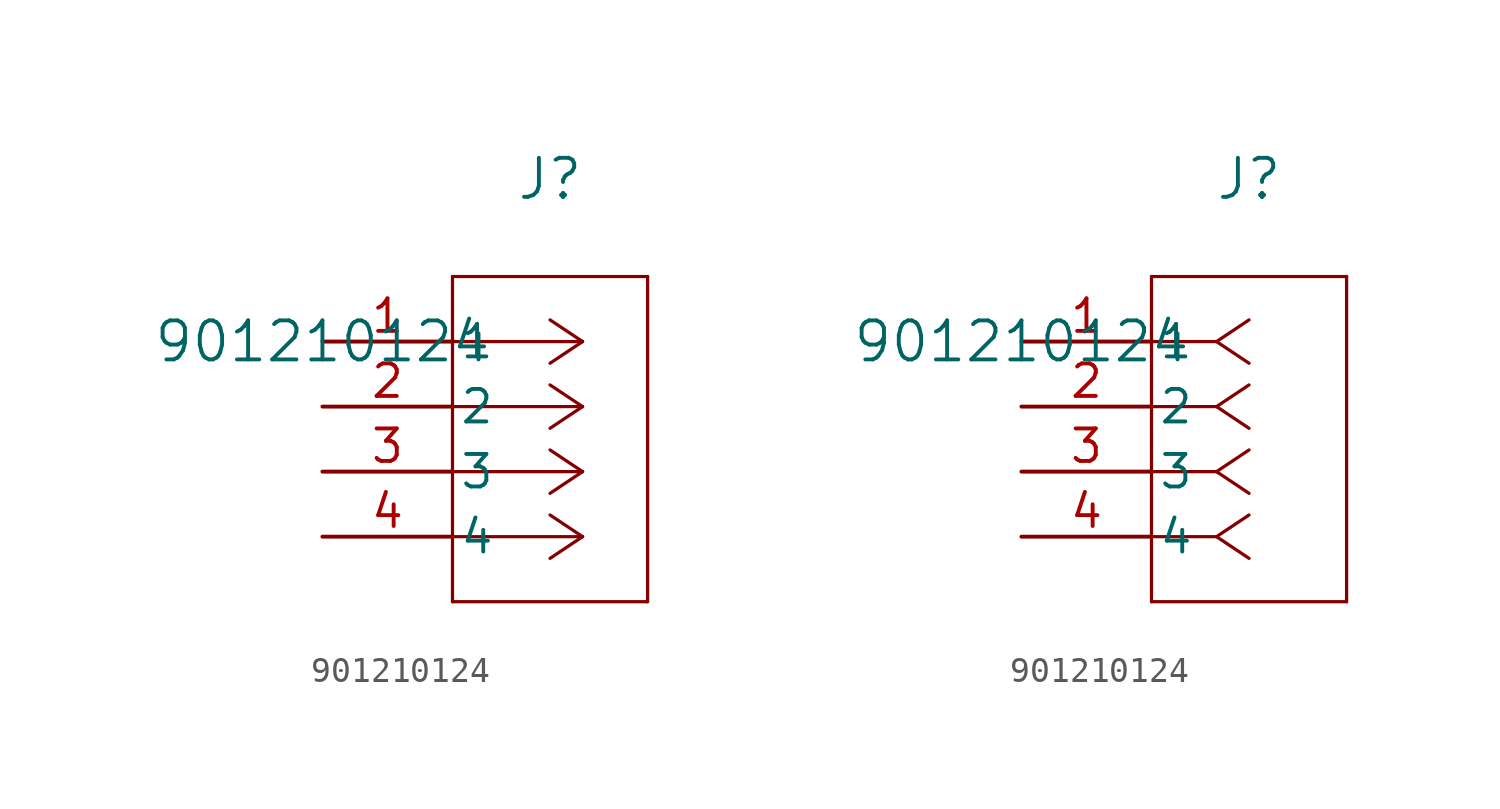
<source format=kicad_sym>
(kicad_symbol_lib
  (version 20211014)
  (generator kicad_symbol_editor)
  (symbol "901210124"
    (pin_names
      (offset 0.254))
    (property "Reference" "J"
      (at 8.89 6.35 0)
      (effects (font (size 1.524 1.524))))
    (property "Value" "901210124"
      (at 0 0 0)
      (effects (font (size 1.524 1.524))))
    (symbol "901210124_1_1"
      (polyline (pts (xy 10.16 0) (xy 5.08 0)) (stroke (width 0.127) (type default) (color 0 0 0 0)) (fill (type none)))
      (polyline (pts (xy 10.16 -2.54) (xy 5.08 -2.54)) (stroke (width 0.127) (type default) (color 0 0 0 0)) (fill (type none)))
      (polyline (pts (xy 10.16 -5.08) (xy 5.08 -5.08)) (stroke (width 0.127) (type default) (color 0 0 0 0)) (fill (type none)))
      (polyline (pts (xy 10.16 -7.62) (xy 5.08 -7.62)) (stroke (width 0.127) (type default) (color 0 0 0 0)) (fill (type none)))
      (polyline (pts (xy 10.16 0) (xy 8.89 0.847)) (stroke (width 0.127) (type default) (color 0 0 0 0)) (fill (type none)))
      (polyline (pts (xy 10.16 -2.54) (xy 8.89 -1.693)) (stroke (width 0.127) (type default) (color 0 0 0 0)) (fill (type none)))
      (polyline (pts (xy 10.16 -5.08) (xy 8.89 -4.233)) (stroke (width 0.127) (type default) (color 0 0 0 0)) (fill (type none)))
      (polyline (pts (xy 10.16 -7.62) (xy 8.89 -6.773)) (stroke (width 0.127) (type default) (color 0 0 0 0)) (fill (type none)))
      (polyline (pts (xy 10.16 0) (xy 8.89 -0.847)) (stroke (width 0.127) (type default) (color 0 0 0 0)) (fill (type none)))
      (polyline (pts (xy 10.16 -2.54) (xy 8.89 -3.387)) (stroke (width 0.127) (type default) (color 0 0 0 0)) (fill (type none)))
      (polyline (pts (xy 10.16 -5.08) (xy 8.89 -5.927)) (stroke (width 0.127) (type default) (color 0 0 0 0)) (fill (type none)))
      (polyline (pts (xy 10.16 -7.62) (xy 8.89 -8.467)) (stroke (width 0.127) (type default) (color 0 0 0 0)) (fill (type none)))
      (polyline (pts (xy 5.08 2.54) (xy 5.08 -10.16)) (stroke (width 0.127) (type default) (color 0 0 0 0)) (fill (type none)))
      (polyline (pts (xy 5.08 -10.16) (xy 12.7 -10.16)) (stroke (width 0.127) (type default) (color 0 0 0 0)) (fill (type none)))
      (polyline (pts (xy 12.7 -10.16) (xy 12.7 2.54)) (stroke (width 0.127) (type default) (color 0 0 0 0)) (fill (type none)))
      (polyline (pts (xy 12.7 2.54) (xy 5.08 2.54)) (stroke (width 0.127) (type default) (color 0 0 0 0)) (fill (type none)))
      (pin unspecified line (at 0 0 0) (length 5.08) (name "1" (effects (font (size 1.27 1.27)))) (number "1" (effects (font (size 1.27 1.27)))))
      (pin unspecified line (at 0 -2.54 0) (length 5.08) (name "2" (effects (font (size 1.27 1.27)))) (number "2" (effects (font (size 1.27 1.27)))))
      (pin unspecified line (at 0 -5.08 0) (length 5.08) (name "3" (effects (font (size 1.27 1.27)))) (number "3" (effects (font (size 1.27 1.27)))))
      (pin unspecified line (at 0 -7.62 0) (length 5.08) (name "4" (effects (font (size 1.27 1.27)))) (number "4" (effects (font (size 1.27 1.27))))))
    (symbol "901210124_1_2"
      (polyline (pts (xy 7.62 0) (xy 5.08 0)) (stroke (width 0.127) (type default) (color 0 0 0 0)) (fill (type none)))
      (polyline (pts (xy 7.62 -2.54) (xy 5.08 -2.54)) (stroke (width 0.127) (type default) (color 0 0 0 0)) (fill (type none)))
      (polyline (pts (xy 7.62 -5.08) (xy 5.08 -5.08)) (stroke (width 0.127) (type default) (color 0 0 0 0)) (fill (type none)))
      (polyline (pts (xy 7.62 -7.62) (xy 5.08 -7.62)) (stroke (width 0.127) (type default) (color 0 0 0 0)) (fill (type none)))
      (polyline (pts (xy 7.62 0) (xy 8.89 0.847)) (stroke (width 0.127) (type default) (color 0 0 0 0)) (fill (type none)))
      (polyline (pts (xy 7.62 -2.54) (xy 8.89 -1.693)) (stroke (width 0.127) (type default) (color 0 0 0 0)) (fill (type none)))
      (polyline (pts (xy 7.62 -5.08) (xy 8.89 -4.233)) (stroke (width 0.127) (type default) (color 0 0 0 0)) (fill (type none)))
      (polyline (pts (xy 7.62 -7.62) (xy 8.89 -6.773)) (stroke (width 0.127) (type default) (color 0 0 0 0)) (fill (type none)))
      (polyline (pts (xy 7.62 0) (xy 8.89 -0.847)) (stroke (width 0.127) (type default) (color 0 0 0 0)) (fill (type none)))
      (polyline (pts (xy 7.62 -2.54) (xy 8.89 -3.387)) (stroke (width 0.127) (type default) (color 0 0 0 0)) (fill (type none)))
      (polyline (pts (xy 7.62 -5.08) (xy 8.89 -5.927)) (stroke (width 0.127) (type default) (color 0 0 0 0)) (fill (type none)))
      (polyline (pts (xy 7.62 -7.62) (xy 8.89 -8.467)) (stroke (width 0.127) (type default) (color 0 0 0 0)) (fill (type none)))
      (polyline (pts (xy 5.08 2.54) (xy 5.08 -10.16)) (stroke (width 0.127) (type default) (color 0 0 0 0)) (fill (type none)))
      (polyline (pts (xy 5.08 -10.16) (xy 12.7 -10.16)) (stroke (width 0.127) (type default) (color 0 0 0 0)) (fill (type none)))
      (polyline (pts (xy 12.7 -10.16) (xy 12.7 2.54)) (stroke (width 0.127) (type default) (color 0 0 0 0)) (fill (type none)))
      (polyline (pts (xy 12.7 2.54) (xy 5.08 2.54)) (stroke (width 0.127) (type default) (color 0 0 0 0)) (fill (type none)))
      (pin unspecified line (at 0 0 0) (length 5.08) (name "1" (effects (font (size 1.27 1.27)))) (number "1" (effects (font (size 1.27 1.27)))))
      (pin unspecified line (at 0 -2.54 0) (length 5.08) (name "2" (effects (font (size 1.27 1.27)))) (number "2" (effects (font (size 1.27 1.27)))))
      (pin unspecified line (at 0 -5.08 0) (length 5.08) (name "3" (effects (font (size 1.27 1.27)))) (number "3" (effects (font (size 1.27 1.27)))))
      (pin unspecified line (at 0 -7.62 0) (length 5.08) (name "4" (effects (font (size 1.27 1.27)))) (number "4" (effects (font (size 1.27 1.27))))))))
</source>
